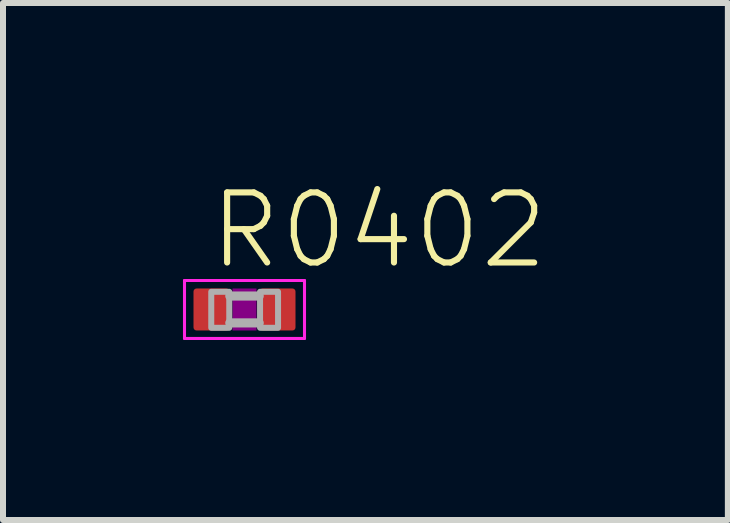
<source format=kicad_pcb>
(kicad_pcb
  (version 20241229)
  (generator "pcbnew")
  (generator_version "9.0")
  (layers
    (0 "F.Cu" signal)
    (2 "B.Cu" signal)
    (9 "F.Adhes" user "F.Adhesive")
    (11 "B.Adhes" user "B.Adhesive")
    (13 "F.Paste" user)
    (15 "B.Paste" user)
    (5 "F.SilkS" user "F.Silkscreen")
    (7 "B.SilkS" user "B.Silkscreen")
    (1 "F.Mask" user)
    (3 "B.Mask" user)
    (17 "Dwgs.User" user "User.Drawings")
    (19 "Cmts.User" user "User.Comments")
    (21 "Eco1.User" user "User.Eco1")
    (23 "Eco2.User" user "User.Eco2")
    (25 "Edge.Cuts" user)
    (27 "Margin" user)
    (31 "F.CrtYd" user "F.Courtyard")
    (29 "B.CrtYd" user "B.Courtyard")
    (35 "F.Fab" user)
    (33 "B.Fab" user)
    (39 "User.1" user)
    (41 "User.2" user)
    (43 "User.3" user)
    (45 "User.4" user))
  (footprint "R0402"
    (layer "F.Cu")
    (at 1.025 2.108)
    (property "Reference" "R0402" (at -0.635 -0.635 0) (layer "F.SilkS") (effects (font (size 1.168 1.168) (thickness 0.102)) (justify left bottom)))
    (fp_poly (pts (xy -0.2 0.35) (xy 0.2 0.35) (xy 0.2 -0.35) (xy -0.2 -0.35)) (stroke (width 0) (type solid)) (fill yes) (layer "F.Adhes"))
    (fp_line (start -1 -0.483) (end 1 -0.483) (stroke (width 0.051) (type solid)) (layer "F.CrtYd"))
    (fp_line (start -1 0.483) (end -1 -0.483) (stroke (width 0.051) (type solid)) (layer "F.CrtYd"))
    (fp_line (start 1 -0.483) (end 1 0.483) (stroke (width 0.051) (type solid)) (layer "F.CrtYd"))
    (fp_line (start 1 0.483) (end -1 0.483) (stroke (width 0.051) (type solid)) (layer "F.CrtYd"))
    (fp_line (start -0.245 -0.224) (end 0.245 -0.224) (stroke (width 0.152) (type solid)) (layer "F.Fab"))
    (fp_line (start 0.245 0.224) (end -0.245 0.224) (stroke (width 0.152) (type solid)) (layer "F.Fab"))
    (fp_poly (pts (xy -0.554 0.305) (xy -0.254 0.305) (xy -0.254 -0.295) (xy -0.554 -0.295)) (stroke (width 0.1) (type solid)) (fill no) (layer "F.Fab"))
    (fp_poly (pts (xy 0.259 0.305) (xy 0.559 0.305) (xy 0.559 -0.295) (xy 0.259 -0.295)) (stroke (width 0.1) (type solid)) (fill no) (layer "F.Fab"))
    (pad "1" smd roundrect (at -0.55 0) (size 0.6 0.7) (layers "F.Cu" "F.Mask" "F.Paste") (roundrect_rratio 0.085))
    (pad "2" smd roundrect (at 0.55 0) (size 0.6 0.7) (layers "F.Cu" "F.Mask" "F.Paste") (roundrect_rratio 0.085)))
  (gr_rect
    (start -3 -3)
    (end 9.081 5.617)
    (stroke (width 0.1) (type default))
    (fill no)
    (layer "Edge.Cuts")))
</source>
